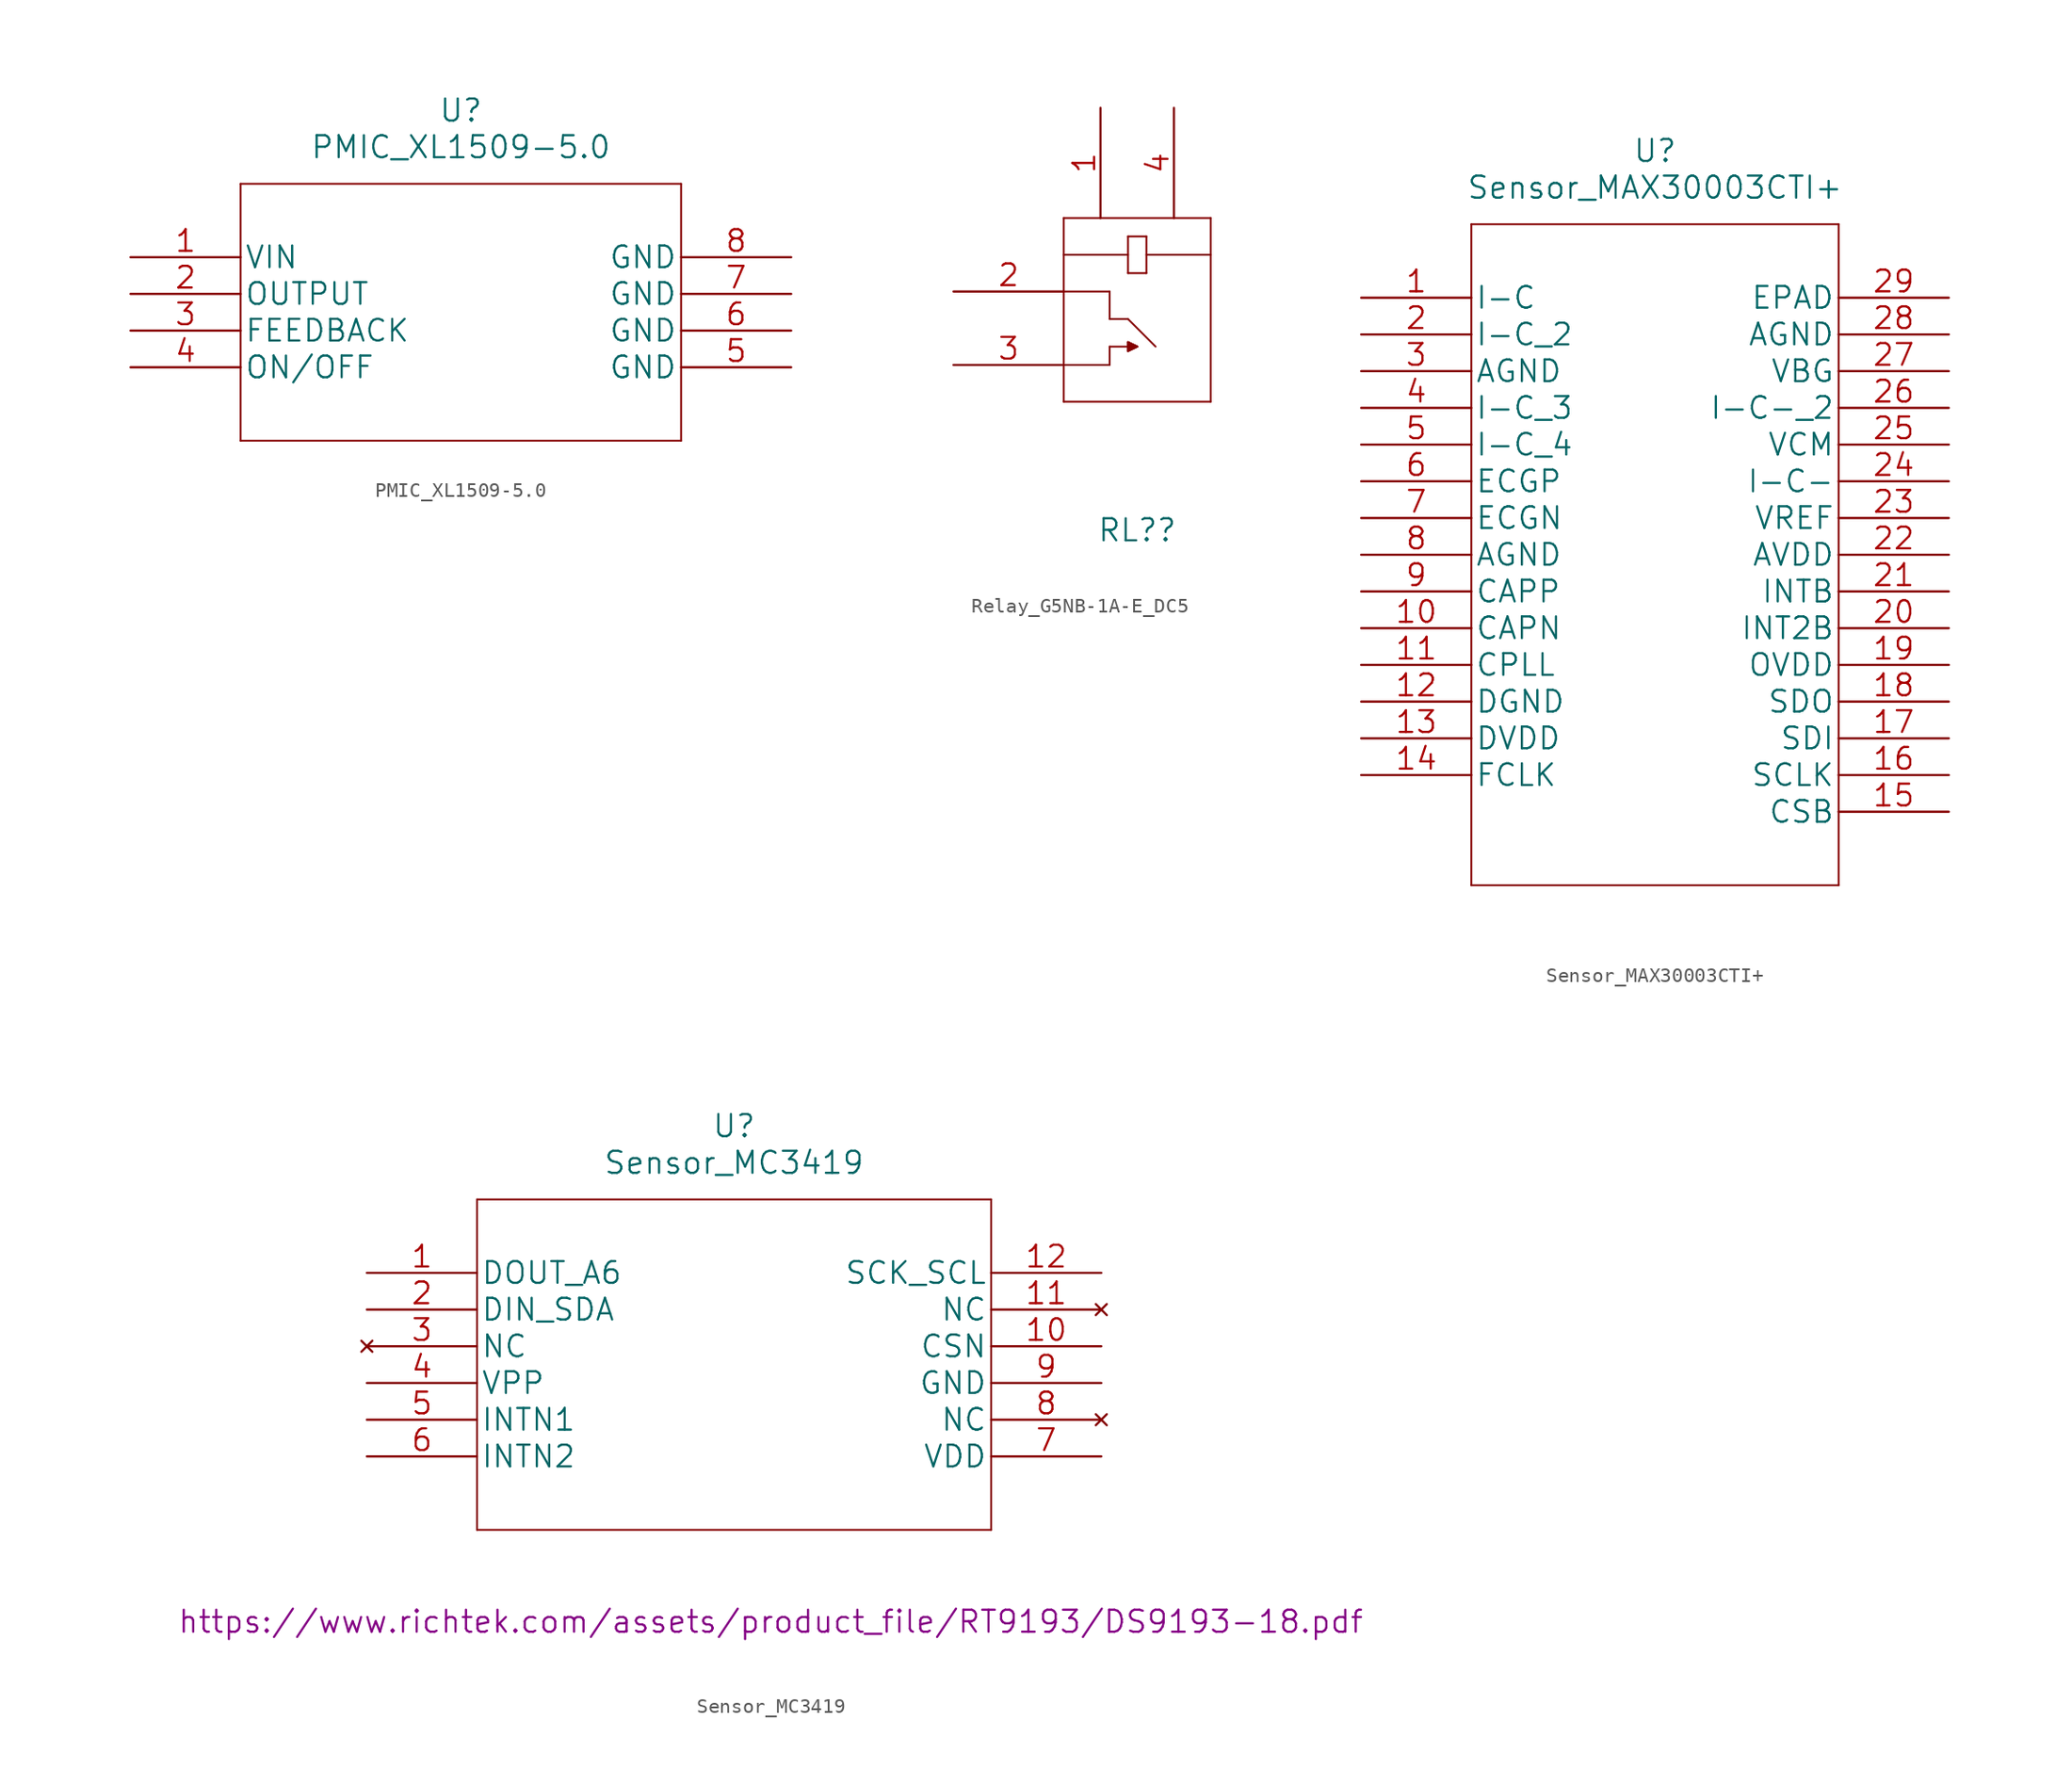
<source format=kicad_sym>
(kicad_symbol_lib
  (version 20211014)
  (generator kicad_symbol_editor)
  (symbol "PMIC_XL1509-5.0"
    (pin_names
      (offset 0.254))
    (property "Reference" "U"
      (at 22.86 10.16 0)
      (effects (font (size 1.524 1.524))))
    (property "Value" "PMIC_XL1509-5.0"
      (at 22.86 7.62 0)
      (effects (font (size 1.524 1.524))))
    (property "Datasheet" ""
      (at 0 0 0)
      (effects (font (size 1.524 1.524))))
    (symbol "PMIC_XL1509-5.0_1_1"
      (polyline (pts (xy 7.62 -12.7) (xy 38.1 -12.7)) (stroke (width 0.127) (type default) (color 0 0 0 0)) (fill (type none)))
      (polyline (pts (xy 7.62 5.08) (xy 7.62 -12.7)) (stroke (width 0.127) (type default) (color 0 0 0 0)) (fill (type none)))
      (polyline (pts (xy 38.1 -12.7) (xy 38.1 5.08)) (stroke (width 0.127) (type default) (color 0 0 0 0)) (fill (type none)))
      (polyline (pts (xy 38.1 5.08) (xy 7.62 5.08)) (stroke (width 0.127) (type default) (color 0 0 0 0)) (fill (type none)))
      (pin power_in line (at 0 0 0) (length 7.62) (name "VIN" (effects (font (size 1.499 1.499)))) (number "1" (effects (font (size 1.499 1.499)))))
      (pin output line (at 0 -2.54 0) (length 7.62) (name "OUTPUT" (effects (font (size 1.499 1.499)))) (number "2" (effects (font (size 1.499 1.499)))))
      (pin input line (at 0 -5.08 0) (length 7.62) (name "FEEDBACK" (effects (font (size 1.499 1.499)))) (number "3" (effects (font (size 1.499 1.499)))))
      (pin input line (at 0 -7.62 0) (length 7.62) (name "ON/OFF" (effects (font (size 1.499 1.499)))) (number "4" (effects (font (size 1.499 1.499)))))
      (pin power_in line (at 45.72 -7.62 180) (length 7.62) (name "GND" (effects (font (size 1.499 1.499)))) (number "5" (effects (font (size 1.499 1.499)))))
      (pin power_in line (at 45.72 -5.08 180) (length 7.62) (name "GND" (effects (font (size 1.499 1.499)))) (number "6" (effects (font (size 1.499 1.499)))))
      (pin power_in line (at 45.72 -2.54 180) (length 7.62) (name "GND" (effects (font (size 1.499 1.499)))) (number "7" (effects (font (size 1.499 1.499)))))
      (pin power_in line (at 45.72 0 180) (length 7.62) (name "GND" (effects (font (size 1.499 1.499)))) (number "8" (effects (font (size 1.499 1.499)))))))
  (symbol "Relay_G5NB-1A-E_DC5"
    (pin_names
      (offset 0.254) hide)
    (property "Reference" "RL?"
      (at 12.7 -19.05 0)
      (effects (font (size 1.524 1.524))))
    (symbol "Relay_G5NB-1A-E_DC5_1_1"
      (polyline (pts (xy 7.62 -10.16) (xy 17.78 -10.16)) (stroke (width 0.127) (type default) (color 0 0 0 0)) (fill (type none)))
      (polyline (pts (xy 7.62 -7.62) (xy 10.795 -7.62)) (stroke (width 0.127) (type default) (color 0 0 0 0)) (fill (type none)))
      (polyline (pts (xy 7.62 -2.54) (xy 10.795 -2.54)) (stroke (width 0.127) (type default) (color 0 0 0 0)) (fill (type none)))
      (polyline (pts (xy 7.62 0) (xy 12.065 0)) (stroke (width 0.127) (type default) (color 0 0 0 0)) (fill (type none)))
      (polyline (pts (xy 7.62 2.54) (xy 7.62 -10.16)) (stroke (width 0.127) (type default) (color 0 0 0 0)) (fill (type none)))
      (polyline (pts (xy 10.795 -7.62) (xy 10.795 -6.35)) (stroke (width 0.127) (type default) (color 0 0 0 0)) (fill (type none)))
      (polyline (pts (xy 10.795 -6.35) (xy 12.065 -6.35)) (stroke (width 0.127) (type default) (color 0 0 0 0)) (fill (type none)))
      (polyline (pts (xy 10.795 -4.445) (xy 12.065 -4.445)) (stroke (width 0.127) (type default) (color 0 0 0 0)) (fill (type none)))
      (polyline (pts (xy 10.795 -2.54) (xy 10.795 -4.445)) (stroke (width 0.127) (type default) (color 0 0 0 0)) (fill (type none)))
      (polyline (pts (xy 12.065 -6.655) (xy 12.7 -6.35)) (stroke (width 0.127) (type default) (color 0 0 0 0)) (fill (type none)))
      (polyline (pts (xy 12.065 -6.045) (xy 12.065 -6.655)) (stroke (width 0.127) (type default) (color 0 0 0 0)) (fill (type none)))
      (polyline (pts (xy 12.065 -4.445) (xy 13.97 -6.35)) (stroke (width 0.127) (type default) (color 0 0 0 0)) (fill (type none)))
      (polyline (pts (xy 12.065 -1.27) (xy 13.335 -1.27)) (stroke (width 0.127) (type default) (color 0 0 0 0)) (fill (type none)))
      (polyline (pts (xy 12.065 1.27) (xy 12.065 -1.27)) (stroke (width 0.127) (type default) (color 0 0 0 0)) (fill (type none)))
      (polyline (pts (xy 12.7 -6.35) (xy 12.065 -6.045)) (stroke (width 0.127) (type default) (color 0 0 0 0)) (fill (type none)))
      (polyline (pts (xy 13.335 -1.27) (xy 13.335 1.27)) (stroke (width 0.127) (type default) (color 0 0 0 0)) (fill (type none)))
      (polyline (pts (xy 13.335 0) (xy 17.78 0)) (stroke (width 0.127) (type default) (color 0 0 0 0)) (fill (type none)))
      (polyline (pts (xy 13.335 1.27) (xy 12.065 1.27)) (stroke (width 0.127) (type default) (color 0 0 0 0)) (fill (type none)))
      (polyline (pts (xy 17.78 -10.16) (xy 17.78 2.54)) (stroke (width 0.127) (type default) (color 0 0 0 0)) (fill (type none)))
      (polyline (pts (xy 17.78 2.54) (xy 7.62 2.54)) (stroke (width 0.127) (type default) (color 0 0 0 0)) (fill (type none)))
      (polyline (pts (xy 12.065 -6.045) (xy 12.065 -6.655) (xy 12.7 -6.35) (xy 12.065 -6.045)) (stroke (width 0) (type default) (color 0 0 0 0)) (fill (type outline)))
      (pin unspecified line (at 10.16 10.16 270) (length 7.62) (name "1" (effects (font (size 1.499 1.499)))) (number "1" (effects (font (size 1.499 1.499)))))
      (pin unspecified line (at 0 -2.54 0) (length 7.62) (name "2" (effects (font (size 1.499 1.499)))) (number "2" (effects (font (size 1.499 1.499)))))
      (pin unspecified line (at 0 -7.62 0) (length 7.62) (name "3" (effects (font (size 1.499 1.499)))) (number "3" (effects (font (size 1.499 1.499)))))
      (pin unspecified line (at 15.24 10.16 270) (length 7.62) (name "4" (effects (font (size 1.499 1.499)))) (number "4" (effects (font (size 1.499 1.499)))))))
  (symbol "Sensor_MAX30003CTI+"
    (pin_names
      (offset 0.254))
    (property "Reference" "U"
      (at 20.32 10.16 0)
      (effects (font (size 1.524 1.524))))
    (property "Value" "Sensor_MAX30003CTI+"
      (at 20.32 7.62 0)
      (effects (font (size 1.524 1.524))))
    (symbol "Sensor_MAX30003CTI+_1_1"
      (polyline (pts (xy 7.62 -40.64) (xy 33.02 -40.64)) (stroke (width 0.127) (type default) (color 0 0 0 0)) (fill (type none)))
      (polyline (pts (xy 7.62 5.08) (xy 7.62 -40.64)) (stroke (width 0.127) (type default) (color 0 0 0 0)) (fill (type none)))
      (polyline (pts (xy 33.02 -40.64) (xy 33.02 5.08)) (stroke (width 0.127) (type default) (color 0 0 0 0)) (fill (type none)))
      (polyline (pts (xy 33.02 5.08) (xy 7.62 5.08)) (stroke (width 0.127) (type default) (color 0 0 0 0)) (fill (type none)))
      (pin bidirectional line (at 0 0 0) (length 7.62) (name "I-C" (effects (font (size 1.499 1.499)))) (number "1" (effects (font (size 1.499 1.499)))))
      (pin unspecified line (at 0 -22.86 0) (length 7.62) (name "CAPN" (effects (font (size 1.499 1.499)))) (number "10" (effects (font (size 1.499 1.499)))))
      (pin unspecified line (at 0 -25.4 0) (length 7.62) (name "CPLL" (effects (font (size 1.499 1.499)))) (number "11" (effects (font (size 1.499 1.499)))))
      (pin power_in line (at 0 -27.94 0) (length 7.62) (name "DGND" (effects (font (size 1.499 1.499)))) (number "12" (effects (font (size 1.499 1.499)))))
      (pin power_in line (at 0 -30.48 0) (length 7.62) (name "DVDD" (effects (font (size 1.499 1.499)))) (number "13" (effects (font (size 1.499 1.499)))))
      (pin unspecified line (at 0 -33.02 0) (length 7.62) (name "FCLK" (effects (font (size 1.499 1.499)))) (number "14" (effects (font (size 1.499 1.499)))))
      (pin unspecified line (at 40.64 -35.56 180) (length 7.62) (name "CSB" (effects (font (size 1.499 1.499)))) (number "15" (effects (font (size 1.499 1.499)))))
      (pin unspecified line (at 40.64 -33.02 180) (length 7.62) (name "SCLK" (effects (font (size 1.499 1.499)))) (number "16" (effects (font (size 1.499 1.499)))))
      (pin unspecified line (at 40.64 -30.48 180) (length 7.62) (name "SDI" (effects (font (size 1.499 1.499)))) (number "17" (effects (font (size 1.499 1.499)))))
      (pin unspecified line (at 40.64 -27.94 180) (length 7.62) (name "SDO" (effects (font (size 1.499 1.499)))) (number "18" (effects (font (size 1.499 1.499)))))
      (pin power_in line (at 40.64 -25.4 180) (length 7.62) (name "OVDD" (effects (font (size 1.499 1.499)))) (number "19" (effects (font (size 1.499 1.499)))))
      (pin bidirectional line (at 0 -2.54 0) (length 7.62) (name "I-C_2" (effects (font (size 1.499 1.499)))) (number "2" (effects (font (size 1.499 1.499)))))
      (pin unspecified line (at 40.64 -22.86 180) (length 7.62) (name "INT2B" (effects (font (size 1.499 1.499)))) (number "20" (effects (font (size 1.499 1.499)))))
      (pin unspecified line (at 40.64 -20.32 180) (length 7.62) (name "INTB" (effects (font (size 1.499 1.499)))) (number "21" (effects (font (size 1.499 1.499)))))
      (pin power_in line (at 40.64 -17.78 180) (length 7.62) (name "AVDD" (effects (font (size 1.499 1.499)))) (number "22" (effects (font (size 1.499 1.499)))))
      (pin power_in line (at 40.64 -15.24 180) (length 7.62) (name "VREF" (effects (font (size 1.499 1.499)))) (number "23" (effects (font (size 1.499 1.499)))))
      (pin bidirectional line (at 40.64 -12.7 180) (length 7.62) (name "I-C-" (effects (font (size 1.499 1.499)))) (number "24" (effects (font (size 1.499 1.499)))))
      (pin unspecified line (at 40.64 -10.16 180) (length 7.62) (name "VCM" (effects (font (size 1.499 1.499)))) (number "25" (effects (font (size 1.499 1.499)))))
      (pin bidirectional line (at 40.64 -7.62 180) (length 7.62) (name "I-C-_2" (effects (font (size 1.499 1.499)))) (number "26" (effects (font (size 1.499 1.499)))))
      (pin unspecified line (at 40.64 -5.08 180) (length 7.62) (name "VBG" (effects (font (size 1.499 1.499)))) (number "27" (effects (font (size 1.499 1.499)))))
      (pin power_in line (at 40.64 -2.54 180) (length 7.62) (name "AGND" (effects (font (size 1.499 1.499)))) (number "28" (effects (font (size 1.499 1.499)))))
      (pin unspecified line (at 40.64 0 180) (length 7.62) (name "EPAD" (effects (font (size 1.499 1.499)))) (number "29" (effects (font (size 1.499 1.499)))))
      (pin power_in line (at 0 -5.08 0) (length 7.62) (name "AGND" (effects (font (size 1.499 1.499)))) (number "3" (effects (font (size 1.499 1.499)))))
      (pin bidirectional line (at 0 -7.62 0) (length 7.62) (name "I-C_3" (effects (font (size 1.499 1.499)))) (number "4" (effects (font (size 1.499 1.499)))))
      (pin bidirectional line (at 0 -10.16 0) (length 7.62) (name "I-C_4" (effects (font (size 1.499 1.499)))) (number "5" (effects (font (size 1.499 1.499)))))
      (pin bidirectional line (at 0 -12.7 0) (length 7.62) (name "ECGP" (effects (font (size 1.499 1.499)))) (number "6" (effects (font (size 1.499 1.499)))))
      (pin bidirectional line (at 0 -15.24 0) (length 7.62) (name "ECGN" (effects (font (size 1.499 1.499)))) (number "7" (effects (font (size 1.499 1.499)))))
      (pin power_in line (at 0 -17.78 0) (length 7.62) (name "AGND" (effects (font (size 1.499 1.499)))) (number "8" (effects (font (size 1.499 1.499)))))
      (pin unspecified line (at 0 -20.32 0) (length 7.62) (name "CAPP" (effects (font (size 1.499 1.499)))) (number "9" (effects (font (size 1.499 1.499)))))))
  (symbol "Sensor_MC3419"
    (pin_names
      (offset 0.254))
    (property "Reference" "U"
      (at 25.4 10.16 0)
      (effects (font (size 1.524 1.524))))
    (property "Value" "Sensor_MC3419"
      (at 25.4 7.62 0)
      (effects (font (size 1.524 1.524))))
    (property "Datasheet" "https://www.richtek.com/assets/product_file/RT9193/DS9193-18.pdf"
      (at 27.94 -24.13 0)
      (effects (font (size 1.524 1.524))))
    (symbol "Sensor_MC3419_1_1"
      (polyline (pts (xy 7.62 -17.78) (xy 43.18 -17.78)) (stroke (width 0.127) (type default) (color 0 0 0 0)) (fill (type none)))
      (polyline (pts (xy 7.62 5.08) (xy 7.62 -17.78)) (stroke (width 0.127) (type default) (color 0 0 0 0)) (fill (type none)))
      (polyline (pts (xy 43.18 -17.78) (xy 43.18 5.08)) (stroke (width 0.127) (type default) (color 0 0 0 0)) (fill (type none)))
      (polyline (pts (xy 43.18 5.08) (xy 7.62 5.08)) (stroke (width 0.127) (type default) (color 0 0 0 0)) (fill (type none)))
      (pin bidirectional line (at 0 0 0) (length 7.62) (name "DOUT_A6" (effects (font (size 1.499 1.499)))) (number "1" (effects (font (size 1.499 1.499)))))
      (pin input line (at 50.8 -5.08 180) (length 7.62) (name "CSN" (effects (font (size 1.499 1.499)))) (number "10" (effects (font (size 1.499 1.499)))))
      (pin no_connect line (at 50.8 -2.54 180) (length 7.62) (name "NC" (effects (font (size 1.499 1.499)))) (number "11" (effects (font (size 1.499 1.499)))))
      (pin input line (at 50.8 0 180) (length 7.62) (name "SCK_SCL" (effects (font (size 1.499 1.499)))) (number "12" (effects (font (size 1.499 1.499)))))
      (pin bidirectional line (at 0 -2.54 0) (length 7.62) (name "DIN_SDA" (effects (font (size 1.499 1.499)))) (number "2" (effects (font (size 1.499 1.499)))))
      (pin no_connect line (at 0 -5.08 0) (length 7.62) (name "NC" (effects (font (size 1.499 1.499)))) (number "3" (effects (font (size 1.499 1.499)))))
      (pin power_in line (at 0 -7.62 0) (length 7.62) (name "VPP" (effects (font (size 1.499 1.499)))) (number "4" (effects (font (size 1.499 1.499)))))
      (pin output line (at 0 -10.16 0) (length 7.62) (name "INTN1" (effects (font (size 1.499 1.499)))) (number "5" (effects (font (size 1.499 1.499)))))
      (pin output line (at 0 -12.7 0) (length 7.62) (name "INTN2" (effects (font (size 1.499 1.499)))) (number "6" (effects (font (size 1.499 1.499)))))
      (pin power_in line (at 50.8 -12.7 180) (length 7.62) (name "VDD" (effects (font (size 1.499 1.499)))) (number "7" (effects (font (size 1.499 1.499)))))
      (pin no_connect line (at 50.8 -10.16 180) (length 7.62) (name "NC" (effects (font (size 1.499 1.499)))) (number "8" (effects (font (size 1.499 1.499)))))
      (pin power_in line (at 50.8 -7.62 180) (length 7.62) (name "GND" (effects (font (size 1.499 1.499)))) (number "9" (effects (font (size 1.499 1.499))))))))
</source>
